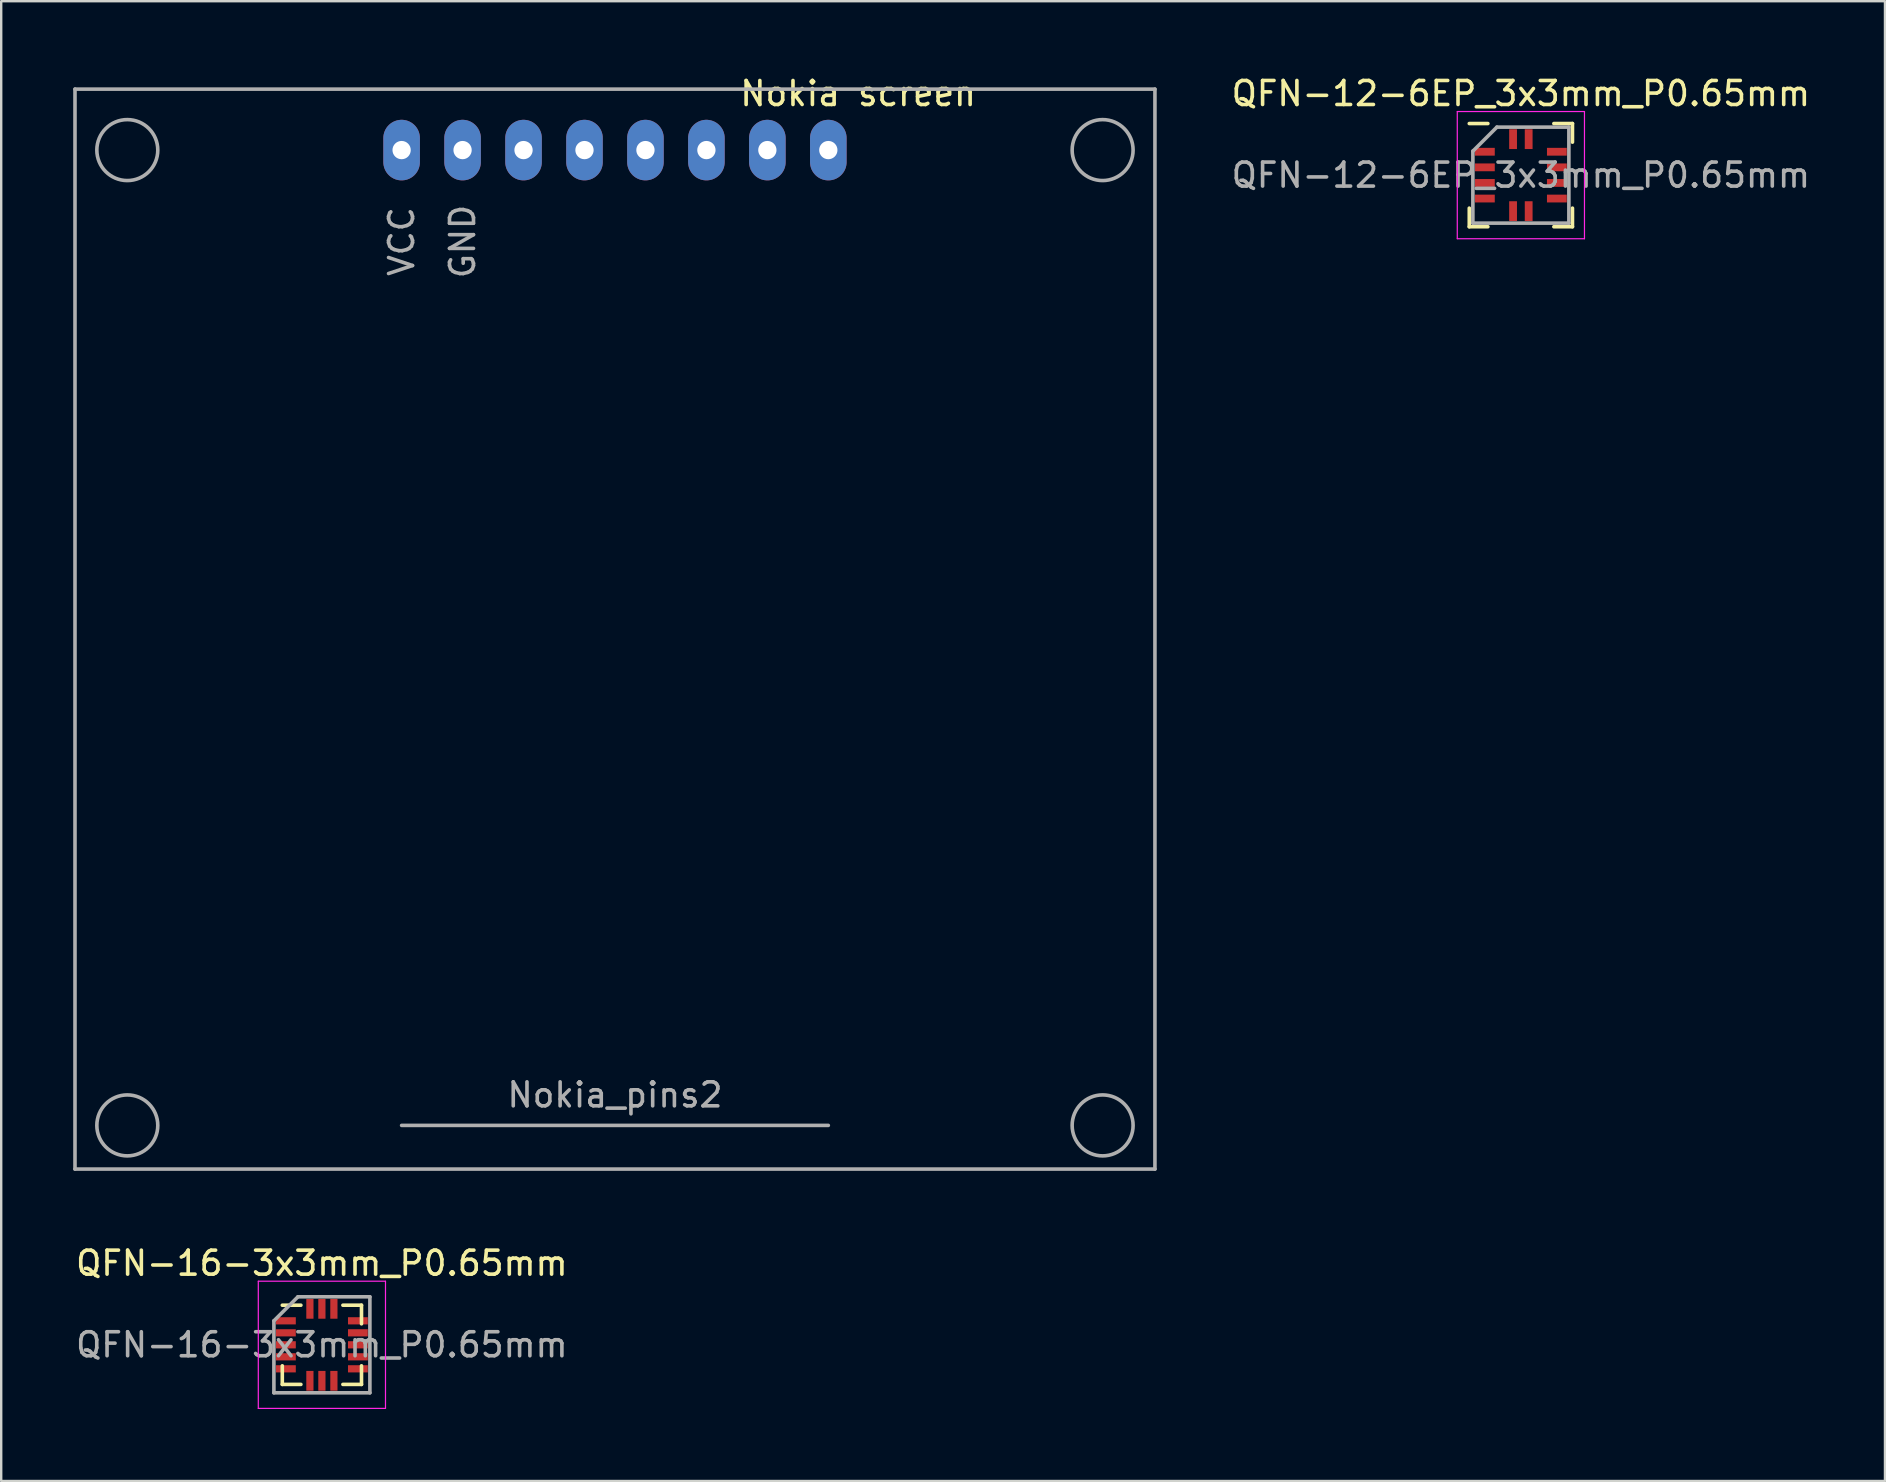
<source format=kicad_pcb>
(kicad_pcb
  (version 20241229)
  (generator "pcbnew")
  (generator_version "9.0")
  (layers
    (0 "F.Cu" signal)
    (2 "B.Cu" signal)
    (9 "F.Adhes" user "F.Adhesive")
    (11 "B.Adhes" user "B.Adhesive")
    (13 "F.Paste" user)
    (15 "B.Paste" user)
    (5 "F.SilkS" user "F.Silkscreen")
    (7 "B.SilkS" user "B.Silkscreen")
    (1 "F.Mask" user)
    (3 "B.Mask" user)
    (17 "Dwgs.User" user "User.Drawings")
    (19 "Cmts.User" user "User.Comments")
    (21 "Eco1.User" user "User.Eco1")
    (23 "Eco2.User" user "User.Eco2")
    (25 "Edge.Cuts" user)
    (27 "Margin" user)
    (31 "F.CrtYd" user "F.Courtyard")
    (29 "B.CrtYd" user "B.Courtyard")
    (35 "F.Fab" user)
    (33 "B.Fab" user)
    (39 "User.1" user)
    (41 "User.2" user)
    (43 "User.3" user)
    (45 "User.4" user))
  (footprint "Nokia screen"
    (layer "F.Cu")
    (at 22.575 3.204)
    (property "Reference" "Nokia screen" (at 10.132 -2.355 0) (layer "F.SilkS") (effects (font (size 1 1) (thickness 0.15))))
    (attr through_hole)
    (fp_line (start -22.5 -2.54) (end 22.5 -2.54) (stroke (width 0.15) (type solid)) (layer "F.Fab"))
    (fp_line (start -22.5 42.46) (end -22.5 -2.54) (stroke (width 0.15) (type solid)) (layer "F.Fab"))
    (fp_line (start -22.5 42.46) (end 22.5 42.46) (stroke (width 0.15) (type solid)) (layer "F.Fab"))
    (fp_line (start -8.89 40.64) (end 8.89 40.64) (stroke (width 0.15) (type solid)) (layer "F.Fab"))
    (fp_line (start 22.5 42.46) (end 22.5 -2.54) (stroke (width 0.15) (type solid)) (layer "F.Fab"))
    (fp_circle (center -20.32 0) (end -20.32 -1.27) (stroke (width 0.15) (type solid)) (fill no) (layer "F.Fab"))
    (fp_circle (center -20.32 40.64) (end -20.32 39.37) (stroke (width 0.15) (type solid)) (fill no) (layer "F.Fab"))
    (fp_circle (center 20.32 0) (end 21.59 0) (stroke (width 0.15) (type solid)) (fill no) (layer "F.Fab"))
    (fp_circle (center 20.32 40.64) (end 20.32 39.37) (stroke (width 0.15) (type solid)) (fill no) (layer "F.Fab"))
    (fp_text user "GND" (at -6.35 3.81 270) (layer "F.Fab") (effects (font (size 1 1) (thickness 0.15))))
    (fp_text user "VCC" (at -8.89 3.81 270) (layer "F.Fab") (effects (font (size 1 1) (thickness 0.15))))
    (fp_text user "Nokia_pins2" (at 0 39.37 0) (layer "F.Fab") (effects (font (size 1 1) (thickness 0.15))))
    (pad "1" thru_hole oval (at -8.89 0) (size 1.524 2.524) (drill 0.762) (layers "*.Cu" "*.Mask"))
    (pad "2" thru_hole oval (at -6.35 0) (size 1.524 2.524) (drill 0.762) (layers "*.Cu" "*.Mask"))
    (pad "3" thru_hole oval (at -3.81 0) (size 1.524 2.524) (drill 0.762) (layers "*.Cu" "*.Mask"))
    (pad "4" thru_hole oval (at -1.27 0) (size 1.524 2.524) (drill 0.762) (layers "*.Cu" "*.Mask"))
    (pad "5" thru_hole oval (at 1.27 0) (size 1.524 2.524) (drill 0.762) (layers "*.Cu" "*.Mask"))
    (pad "6" thru_hole oval (at 3.81 0) (size 1.524 2.524) (drill 0.762) (layers "*.Cu" "*.Mask"))
    (pad "7" thru_hole oval (at 6.35 0) (size 1.524 2.524) (drill 0.762) (layers "*.Cu" "*.Mask"))
    (pad "8" thru_hole oval (at 8.89 0) (size 1.524 2.524) (drill 0.762) (layers "*.Cu" "*.Mask")))
  (footprint "QFN-12-6EP_3x3mm_P0.65mm"
    (layer "F.Cu")
    (at 60.323 4.248)
    (property "Reference" "QFN-12-6EP_3x3mm_P0.65mm" (at 0 -3.4 0) (layer "F.SilkS") (effects (font (size 1 1) (thickness 0.15))))
    (attr smd)
    (fp_line (start -2.15 -2.15) (end -1.375 -2.15) (stroke (width 0.15) (type solid)) (layer "F.SilkS"))
    (fp_line (start -2.15 2.15) (end -2.15 1.375) (stroke (width 0.15) (type solid)) (layer "F.SilkS"))
    (fp_line (start -2.15 2.15) (end -1.375 2.15) (stroke (width 0.15) (type solid)) (layer "F.SilkS"))
    (fp_line (start 2.15 -2.15) (end 1.375 -2.15) (stroke (width 0.15) (type solid)) (layer "F.SilkS"))
    (fp_line (start 2.15 -2.15) (end 2.15 -1.375) (stroke (width 0.15) (type solid)) (layer "F.SilkS"))
    (fp_line (start 2.15 2.15) (end 1.375 2.15) (stroke (width 0.15) (type solid)) (layer "F.SilkS"))
    (fp_line (start 2.15 2.15) (end 2.15 1.375) (stroke (width 0.15) (type solid)) (layer "F.SilkS"))
    (fp_line (start -2.65 -2.65) (end -2.65 2.65) (stroke (width 0.05) (type solid)) (layer "F.CrtYd"))
    (fp_line (start -2.65 -2.65) (end 2.65 -2.65) (stroke (width 0.05) (type solid)) (layer "F.CrtYd"))
    (fp_line (start -2.65 2.65) (end 2.65 2.65) (stroke (width 0.05) (type solid)) (layer "F.CrtYd"))
    (fp_line (start 2.65 -2.65) (end 2.65 2.65) (stroke (width 0.05) (type solid)) (layer "F.CrtYd"))
    (fp_line (start -2 -1) (end -1 -2) (stroke (width 0.15) (type solid)) (layer "F.Fab"))
    (fp_line (start -2 2) (end -2 -1) (stroke (width 0.15) (type solid)) (layer "F.Fab"))
    (fp_line (start -1 -2) (end 2 -2) (stroke (width 0.15) (type solid)) (layer "F.Fab"))
    (fp_line (start 2 -2) (end 2 2) (stroke (width 0.15) (type solid)) (layer "F.Fab"))
    (fp_line (start 2 2) (end -2 2) (stroke (width 0.15) (type solid)) (layer "F.Fab"))
    (fp_text user "${REFERENCE}" (at 0 0 0) (layer "F.Fab") (effects (font (size 1 1) (thickness 0.15))))
    (pad "1" smd rect (at -1.5 -0.975) (size 0.825 0.325) (layers "F.Cu" "F.Mask" "F.Paste"))
    (pad "2" smd rect (at -1.5 -0.325) (size 0.825 0.325) (layers "F.Cu" "F.Mask" "F.Paste"))
    (pad "3" smd rect (at -1.5 0.325) (size 0.825 0.325) (layers "F.Cu" "F.Mask" "F.Paste"))
    (pad "4" smd rect (at -1.5 0.975) (size 0.825 0.325) (layers "F.Cu" "F.Mask" "F.Paste"))
    (pad "5" smd rect (at -0.325 1.5 90) (size 0.825 0.325) (layers "F.Cu" "F.Mask" "F.Paste"))
    (pad "6" smd rect (at 0.325 1.5 90) (size 0.825 0.325) (layers "F.Cu" "F.Mask" "F.Paste"))
    (pad "7" smd rect (at 1.5 0.975) (size 0.825 0.325) (layers "F.Cu" "F.Mask" "F.Paste"))
    (pad "8" smd rect (at 1.5 0.325) (size 0.825 0.325) (layers "F.Cu" "F.Mask" "F.Paste"))
    (pad "9" smd rect (at 1.5 -0.325) (size 0.825 0.325) (layers "F.Cu" "F.Mask" "F.Paste"))
    (pad "10" smd rect (at 1.5 -0.975) (size 0.825 0.325) (layers "F.Cu" "F.Mask" "F.Paste"))
    (pad "11" smd rect (at 0.325 -1.5 90) (size 0.825 0.325) (layers "F.Cu" "F.Mask" "F.Paste"))
    (pad "12" smd rect (at -0.325 -1.5 90) (size 0.825 0.325) (layers "F.Cu" "F.Mask" "F.Paste")))
  (footprint "QFN-16-3x3mm_P0.65mm"
    (layer "F.Cu")
    (at 10.363 52.987)
    (property "Reference" "QFN-16-3x3mm_P0.65mm" (at 0 -3.4 0) (layer "F.SilkS") (effects (font (size 1 1) (thickness 0.15))))
    (attr smd)
    (fp_line (start -1.65 -1.65) (end -0.875 -1.65) (stroke (width 0.15) (type solid)) (layer "F.SilkS"))
    (fp_line (start -1.65 0.875) (end -1.65 1.65) (stroke (width 0.15) (type solid)) (layer "F.SilkS"))
    (fp_line (start -1.65 1.65) (end -0.875 1.65) (stroke (width 0.15) (type solid)) (layer "F.SilkS"))
    (fp_line (start 1.65 -1.65) (end 0.875 -1.65) (stroke (width 0.15) (type solid)) (layer "F.SilkS"))
    (fp_line (start 1.65 -1.65) (end 1.65 -0.875) (stroke (width 0.15) (type solid)) (layer "F.SilkS"))
    (fp_line (start 1.65 1.65) (end 0.875 1.65) (stroke (width 0.15) (type solid)) (layer "F.SilkS"))
    (fp_line (start 1.65 1.65) (end 1.65 0.875) (stroke (width 0.15) (type solid)) (layer "F.SilkS"))
    (fp_line (start -2.65 -2.65) (end -2.65 2.65) (stroke (width 0.05) (type solid)) (layer "F.CrtYd"))
    (fp_line (start -2.65 -2.65) (end 2.65 -2.65) (stroke (width 0.05) (type solid)) (layer "F.CrtYd"))
    (fp_line (start -2.65 2.65) (end 2.65 2.65) (stroke (width 0.05) (type solid)) (layer "F.CrtYd"))
    (fp_line (start 2.65 -2.65) (end 2.65 2.65) (stroke (width 0.05) (type solid)) (layer "F.CrtYd"))
    (fp_line (start -2 -1) (end -1 -2) (stroke (width 0.15) (type solid)) (layer "F.Fab"))
    (fp_line (start -2 2) (end -2 -1) (stroke (width 0.15) (type solid)) (layer "F.Fab"))
    (fp_line (start -1 -2) (end 2 -2) (stroke (width 0.15) (type solid)) (layer "F.Fab"))
    (fp_line (start 2 -2) (end 2 2) (stroke (width 0.15) (type solid)) (layer "F.Fab"))
    (fp_line (start 2 2) (end -2 2) (stroke (width 0.15) (type solid)) (layer "F.Fab"))
    (fp_text user "${REFERENCE}" (at 0 0 0) (layer "F.Fab") (effects (font (size 1 1) (thickness 0.15))))
    (pad "1" smd rect (at -1.5 -1) (size 0.825 0.3) (layers "F.Cu" "F.Mask" "F.Paste"))
    (pad "2" smd rect (at -1.5 -0.5) (size 0.825 0.3) (layers "F.Cu" "F.Mask" "F.Paste"))
    (pad "3" smd rect (at -1.5 0) (size 0.825 0.3) (layers "F.Cu" "F.Mask" "F.Paste"))
    (pad "4" smd rect (at -1.5 0.5) (size 0.825 0.3) (layers "F.Cu" "F.Mask" "F.Paste"))
    (pad "5" smd rect (at -1.5 1 180) (size 0.825 0.3) (layers "F.Cu" "F.Mask" "F.Paste"))
    (pad "6" smd rect (at -0.5 1.5 90) (size 0.825 0.3) (layers "F.Cu" "F.Mask" "F.Paste"))
    (pad "7" smd rect (at 0 1.5 90) (size 0.825 0.3) (layers "F.Cu" "F.Mask" "F.Paste"))
    (pad "8" smd rect (at 0.5 1.5 90) (size 0.825 0.3) (layers "F.Cu" "F.Mask" "F.Paste"))
    (pad "9" smd rect (at 1.5 1) (size 0.825 0.3) (layers "F.Cu" "F.Mask" "F.Paste"))
    (pad "10" smd rect (at 1.5 0.5) (size 0.825 0.3) (layers "F.Cu" "F.Mask" "F.Paste"))
    (pad "11" smd rect (at 1.5 0 180) (size 0.825 0.3) (layers "F.Cu" "F.Mask" "F.Paste"))
    (pad "12" smd rect (at 1.5 -0.5 180) (size 0.825 0.3) (layers "F.Cu" "F.Mask" "F.Paste"))
    (pad "13" smd rect (at 1.5 -1 180) (size 0.825 0.3) (layers "F.Cu" "F.Mask" "F.Paste"))
    (pad "14" smd rect (at 0.5 -1.5 90) (size 0.825 0.3) (layers "F.Cu" "F.Mask" "F.Paste"))
    (pad "15" smd rect (at 0 -1.5 90) (size 0.825 0.3) (layers "F.Cu" "F.Mask" "F.Paste"))
    (pad "16" smd rect (at -0.5 -1.5 90) (size 0.825 0.3) (layers "F.Cu" "F.Mask" "F.Paste")))
  (gr_rect
    (start -3 -3)
    (end 75.495 58.662)
    (stroke (width 0.1) (type default))
    (fill no)
    (layer "Edge.Cuts")))
</source>
